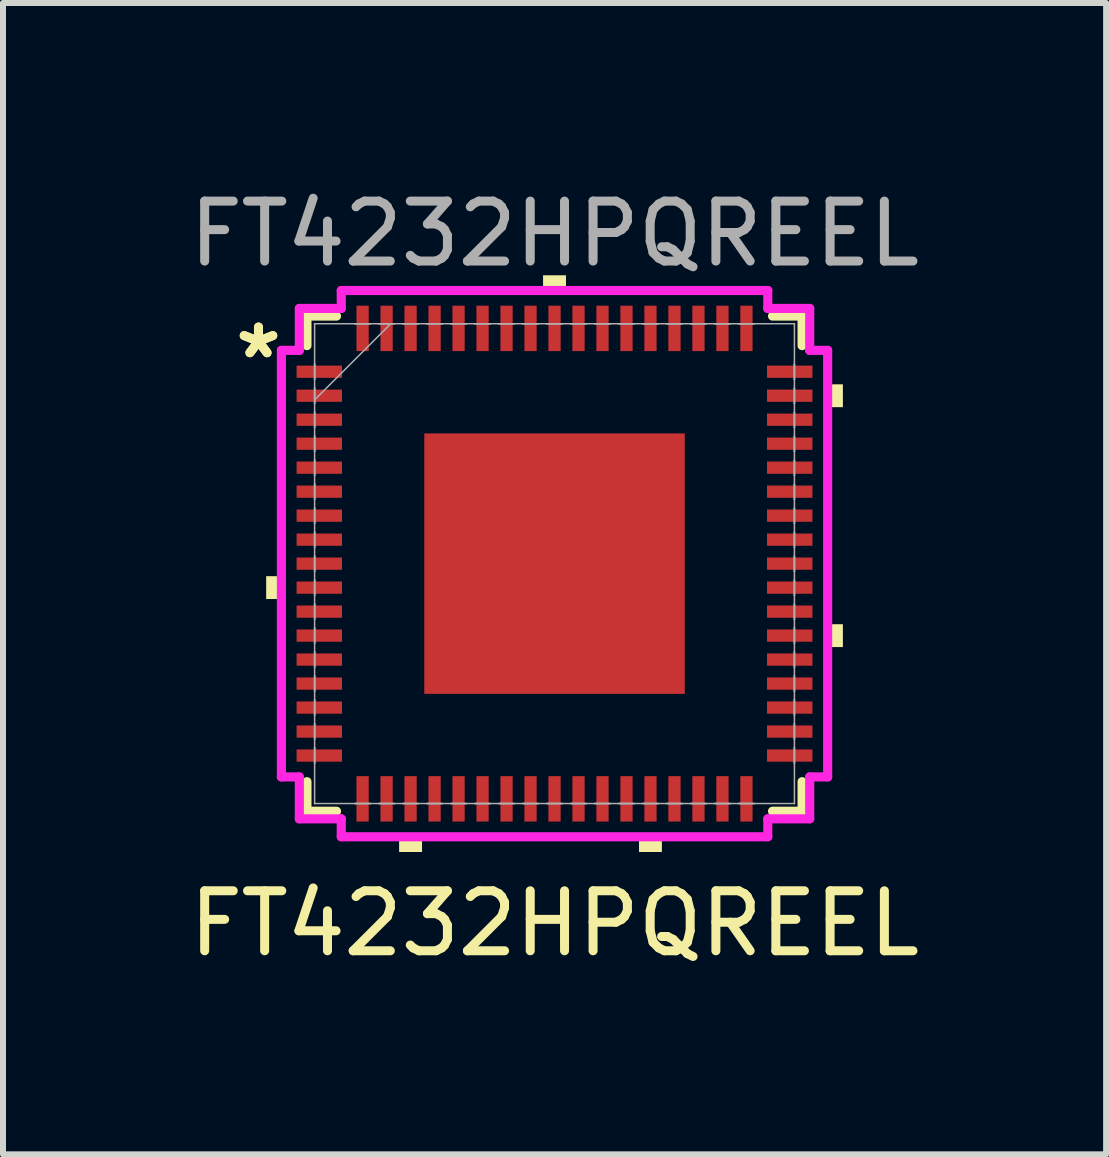
<source format=kicad_pcb>
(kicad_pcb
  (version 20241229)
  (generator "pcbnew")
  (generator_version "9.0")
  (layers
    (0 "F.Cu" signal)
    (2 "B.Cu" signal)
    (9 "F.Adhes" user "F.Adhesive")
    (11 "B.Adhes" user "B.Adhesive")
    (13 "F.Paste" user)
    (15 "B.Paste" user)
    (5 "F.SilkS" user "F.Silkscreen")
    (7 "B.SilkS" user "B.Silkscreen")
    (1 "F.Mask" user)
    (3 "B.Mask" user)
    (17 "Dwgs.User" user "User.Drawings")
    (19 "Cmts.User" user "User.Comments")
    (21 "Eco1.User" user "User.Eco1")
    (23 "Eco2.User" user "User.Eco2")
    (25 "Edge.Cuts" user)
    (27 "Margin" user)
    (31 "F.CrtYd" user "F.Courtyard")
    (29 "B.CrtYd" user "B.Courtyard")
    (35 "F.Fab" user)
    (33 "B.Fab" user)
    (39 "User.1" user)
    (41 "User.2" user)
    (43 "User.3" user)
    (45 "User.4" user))
  (footprint "FT4232HPQREEL"
    (layer "F.Cu")
    (at 6.196 6.348)
    (property "Reference" "FT4232HPQREEL" (at 0 6 0) (unlocked yes) (layer "F.SilkS") (effects (font (size 1 1) (thickness 0.15))))
    (attr smd)
    (fp_line (start -4.128 -4.128) (end -4.128 -3.635) (stroke (width 0.152) (type solid)) (layer "F.SilkS"))
    (fp_line (start -4.128 3.635) (end -4.128 4.128) (stroke (width 0.152) (type solid)) (layer "F.SilkS"))
    (fp_line (start -4.128 4.128) (end -3.635 4.128) (stroke (width 0.152) (type solid)) (layer "F.SilkS"))
    (fp_line (start -3.635 -4.128) (end -4.128 -4.128) (stroke (width 0.152) (type solid)) (layer "F.SilkS"))
    (fp_line (start 3.635 4.128) (end 4.128 4.128) (stroke (width 0.152) (type solid)) (layer "F.SilkS"))
    (fp_line (start 4.128 -4.128) (end 3.635 -4.128) (stroke (width 0.152) (type solid)) (layer "F.SilkS"))
    (fp_line (start 4.128 -3.635) (end 4.128 -4.128) (stroke (width 0.152) (type solid)) (layer "F.SilkS"))
    (fp_line (start 4.128 4.128) (end 4.128 3.635) (stroke (width 0.152) (type solid)) (layer "F.SilkS"))
    (fp_poly (pts (xy -4.808 0.209) (xy -4.808 0.59) (xy -4.554 0.59) (xy -4.554 0.209)) (stroke (width 0) (type solid)) (fill yes) (layer "F.SilkS"))
    (fp_poly (pts (xy -2.591 4.554) (xy -2.591 4.808) (xy -2.209 4.808) (xy -2.209 4.554)) (stroke (width 0) (type solid)) (fill yes) (layer "F.SilkS"))
    (fp_poly (pts (xy -0.191 -4.554) (xy -0.191 -4.808) (xy 0.191 -4.808) (xy 0.191 -4.554)) (stroke (width 0) (type solid)) (fill yes) (layer "F.SilkS"))
    (fp_poly (pts (xy 1.409 4.554) (xy 1.409 4.808) (xy 1.79 4.808) (xy 1.79 4.554)) (stroke (width 0) (type solid)) (fill yes) (layer "F.SilkS"))
    (fp_poly (pts (xy 4.808 -2.99) (xy 4.808 -2.609) (xy 4.554 -2.609) (xy 4.554 -2.99)) (stroke (width 0) (type solid)) (fill yes) (layer "F.SilkS"))
    (fp_poly (pts (xy 4.808 1.01) (xy 4.808 1.391) (xy 4.554 1.391) (xy 4.554 1.01)) (stroke (width 0) (type solid)) (fill yes) (layer "F.SilkS"))
    (fp_poly (pts (xy -2.072 -2.072) (xy -2.072 -0.824) (xy -0.824 -0.824) (xy -0.824 -2.072)) (stroke (width 0) (type solid)) (fill yes) (layer "F.Paste"))
    (fp_poly (pts (xy -2.072 -0.624) (xy -2.072 0.624) (xy -0.824 0.624) (xy -0.824 -0.624)) (stroke (width 0) (type solid)) (fill yes) (layer "F.Paste"))
    (fp_poly (pts (xy -2.072 0.824) (xy -2.072 2.072) (xy -0.824 2.072) (xy -0.824 0.824)) (stroke (width 0) (type solid)) (fill yes) (layer "F.Paste"))
    (fp_poly (pts (xy -0.624 -2.072) (xy -0.624 -0.824) (xy 0.624 -0.824) (xy 0.624 -2.072)) (stroke (width 0) (type solid)) (fill yes) (layer "F.Paste"))
    (fp_poly (pts (xy -0.624 -0.624) (xy -0.624 0.624) (xy 0.624 0.624) (xy 0.624 -0.624)) (stroke (width 0) (type solid)) (fill yes) (layer "F.Paste"))
    (fp_poly (pts (xy -0.624 0.824) (xy -0.624 2.072) (xy 0.624 2.072) (xy 0.624 0.824)) (stroke (width 0) (type solid)) (fill yes) (layer "F.Paste"))
    (fp_poly (pts (xy 0.824 -2.072) (xy 0.824 -0.824) (xy 2.072 -0.824) (xy 2.072 -2.072)) (stroke (width 0) (type solid)) (fill yes) (layer "F.Paste"))
    (fp_poly (pts (xy 0.824 -0.624) (xy 0.824 0.624) (xy 2.072 0.624) (xy 2.072 -0.624)) (stroke (width 0) (type solid)) (fill yes) (layer "F.Paste"))
    (fp_poly (pts (xy 0.824 0.824) (xy 0.824 2.072) (xy 2.072 2.072) (xy 2.072 0.824)) (stroke (width 0) (type solid)) (fill yes) (layer "F.Paste"))
    (fp_line (start -4.554 -3.556) (end -4.255 -3.556) (stroke (width 0.152) (type solid)) (layer "F.CrtYd"))
    (fp_line (start -4.554 3.556) (end -4.554 -3.556) (stroke (width 0.152) (type solid)) (layer "F.CrtYd"))
    (fp_line (start -4.255 -4.255) (end -3.556 -4.255) (stroke (width 0.152) (type solid)) (layer "F.CrtYd"))
    (fp_line (start -4.255 -3.556) (end -4.255 -4.255) (stroke (width 0.152) (type solid)) (layer "F.CrtYd"))
    (fp_line (start -4.255 3.556) (end -4.554 3.556) (stroke (width 0.152) (type solid)) (layer "F.CrtYd"))
    (fp_line (start -4.255 4.255) (end -4.255 3.556) (stroke (width 0.152) (type solid)) (layer "F.CrtYd"))
    (fp_line (start -3.556 -4.554) (end 3.556 -4.554) (stroke (width 0.152) (type solid)) (layer "F.CrtYd"))
    (fp_line (start -3.556 -4.255) (end -3.556 -4.554) (stroke (width 0.152) (type solid)) (layer "F.CrtYd"))
    (fp_line (start -3.556 4.255) (end -4.255 4.255) (stroke (width 0.152) (type solid)) (layer "F.CrtYd"))
    (fp_line (start -3.556 4.554) (end -3.556 4.255) (stroke (width 0.152) (type solid)) (layer "F.CrtYd"))
    (fp_line (start 3.556 -4.554) (end 3.556 -4.255) (stroke (width 0.152) (type solid)) (layer "F.CrtYd"))
    (fp_line (start 3.556 -4.255) (end 4.255 -4.255) (stroke (width 0.152) (type solid)) (layer "F.CrtYd"))
    (fp_line (start 3.556 4.255) (end 3.556 4.554) (stroke (width 0.152) (type solid)) (layer "F.CrtYd"))
    (fp_line (start 3.556 4.554) (end -3.556 4.554) (stroke (width 0.152) (type solid)) (layer "F.CrtYd"))
    (fp_line (start 4.255 -4.255) (end 4.255 -3.556) (stroke (width 0.152) (type solid)) (layer "F.CrtYd"))
    (fp_line (start 4.255 -3.556) (end 4.554 -3.556) (stroke (width 0.152) (type solid)) (layer "F.CrtYd"))
    (fp_line (start 4.255 3.556) (end 4.255 4.255) (stroke (width 0.152) (type solid)) (layer "F.CrtYd"))
    (fp_line (start 4.255 4.255) (end 3.556 4.255) (stroke (width 0.152) (type solid)) (layer "F.CrtYd"))
    (fp_line (start 4.554 -3.556) (end 4.554 3.556) (stroke (width 0.152) (type solid)) (layer "F.CrtYd"))
    (fp_line (start 4.554 3.556) (end 4.255 3.556) (stroke (width 0.152) (type solid)) (layer "F.CrtYd"))
    (fp_line (start -4 -4) (end -4 -4) (stroke (width 0.025) (type solid)) (layer "F.Fab"))
    (fp_line (start -4 -4) (end -4 4) (stroke (width 0.025) (type solid)) (layer "F.Fab"))
    (fp_line (start -4 -3.327) (end -4 -3.327) (stroke (width 0.025) (type solid)) (layer "F.Fab"))
    (fp_line (start -4 -3.327) (end -4 -3.073) (stroke (width 0.025) (type solid)) (layer "F.Fab"))
    (fp_line (start -4 -3.073) (end -4 -3.327) (stroke (width 0.025) (type solid)) (layer "F.Fab"))
    (fp_line (start -4 -3.073) (end -4 -3.073) (stroke (width 0.025) (type solid)) (layer "F.Fab"))
    (fp_line (start -4 -2.927) (end -4 -2.927) (stroke (width 0.025) (type solid)) (layer "F.Fab"))
    (fp_line (start -4 -2.927) (end -4 -2.673) (stroke (width 0.025) (type solid)) (layer "F.Fab"))
    (fp_line (start -4 -2.731) (end -2.731 -4) (stroke (width 0.025) (type solid)) (layer "F.Fab"))
    (fp_line (start -4 -2.673) (end -4 -2.927) (stroke (width 0.025) (type solid)) (layer "F.Fab"))
    (fp_line (start -4 -2.673) (end -4 -2.673) (stroke (width 0.025) (type solid)) (layer "F.Fab"))
    (fp_line (start -4 -2.527) (end -4 -2.527) (stroke (width 0.025) (type solid)) (layer "F.Fab"))
    (fp_line (start -4 -2.527) (end -4 -2.273) (stroke (width 0.025) (type solid)) (layer "F.Fab"))
    (fp_line (start -4 -2.273) (end -4 -2.527) (stroke (width 0.025) (type solid)) (layer "F.Fab"))
    (fp_line (start -4 -2.273) (end -4 -2.273) (stroke (width 0.025) (type solid)) (layer "F.Fab"))
    (fp_line (start -4 -2.127) (end -4 -2.127) (stroke (width 0.025) (type solid)) (layer "F.Fab"))
    (fp_line (start -4 -2.127) (end -4 -1.873) (stroke (width 0.025) (type solid)) (layer "F.Fab"))
    (fp_line (start -4 -1.873) (end -4 -2.127) (stroke (width 0.025) (type solid)) (layer "F.Fab"))
    (fp_line (start -4 -1.873) (end -4 -1.873) (stroke (width 0.025) (type solid)) (layer "F.Fab"))
    (fp_line (start -4 -1.727) (end -4 -1.727) (stroke (width 0.025) (type solid)) (layer "F.Fab"))
    (fp_line (start -4 -1.727) (end -4 -1.473) (stroke (width 0.025) (type solid)) (layer "F.Fab"))
    (fp_line (start -4 -1.473) (end -4 -1.727) (stroke (width 0.025) (type solid)) (layer "F.Fab"))
    (fp_line (start -4 -1.473) (end -4 -1.473) (stroke (width 0.025) (type solid)) (layer "F.Fab"))
    (fp_line (start -4 -1.327) (end -4 -1.327) (stroke (width 0.025) (type solid)) (layer "F.Fab"))
    (fp_line (start -4 -1.327) (end -4 -1.073) (stroke (width 0.025) (type solid)) (layer "F.Fab"))
    (fp_line (start -4 -1.073) (end -4 -1.327) (stroke (width 0.025) (type solid)) (layer "F.Fab"))
    (fp_line (start -4 -1.073) (end -4 -1.073) (stroke (width 0.025) (type solid)) (layer "F.Fab"))
    (fp_line (start -4 -0.927) (end -4 -0.927) (stroke (width 0.025) (type solid)) (layer "F.Fab"))
    (fp_line (start -4 -0.927) (end -4 -0.673) (stroke (width 0.025) (type solid)) (layer "F.Fab"))
    (fp_line (start -4 -0.673) (end -4 -0.927) (stroke (width 0.025) (type solid)) (layer "F.Fab"))
    (fp_line (start -4 -0.673) (end -4 -0.673) (stroke (width 0.025) (type solid)) (layer "F.Fab"))
    (fp_line (start -4 -0.527) (end -4 -0.527) (stroke (width 0.025) (type solid)) (layer "F.Fab"))
    (fp_line (start -4 -0.527) (end -4 -0.273) (stroke (width 0.025) (type solid)) (layer "F.Fab"))
    (fp_line (start -4 -0.273) (end -4 -0.527) (stroke (width 0.025) (type solid)) (layer "F.Fab"))
    (fp_line (start -4 -0.273) (end -4 -0.273) (stroke (width 0.025) (type solid)) (layer "F.Fab"))
    (fp_line (start -4 -0.127) (end -4 -0.127) (stroke (width 0.025) (type solid)) (layer "F.Fab"))
    (fp_line (start -4 -0.127) (end -4 0.127) (stroke (width 0.025) (type solid)) (layer "F.Fab"))
    (fp_line (start -4 0.127) (end -4 -0.127) (stroke (width 0.025) (type solid)) (layer "F.Fab"))
    (fp_line (start -4 0.127) (end -4 0.127) (stroke (width 0.025) (type solid)) (layer "F.Fab"))
    (fp_line (start -4 0.273) (end -4 0.273) (stroke (width 0.025) (type solid)) (layer "F.Fab"))
    (fp_line (start -4 0.273) (end -4 0.527) (stroke (width 0.025) (type solid)) (layer "F.Fab"))
    (fp_line (start -4 0.527) (end -4 0.273) (stroke (width 0.025) (type solid)) (layer "F.Fab"))
    (fp_line (start -4 0.527) (end -4 0.527) (stroke (width 0.025) (type solid)) (layer "F.Fab"))
    (fp_line (start -4 0.673) (end -4 0.673) (stroke (width 0.025) (type solid)) (layer "F.Fab"))
    (fp_line (start -4 0.673) (end -4 0.927) (stroke (width 0.025) (type solid)) (layer "F.Fab"))
    (fp_line (start -4 0.927) (end -4 0.673) (stroke (width 0.025) (type solid)) (layer "F.Fab"))
    (fp_line (start -4 0.927) (end -4 0.927) (stroke (width 0.025) (type solid)) (layer "F.Fab"))
    (fp_line (start -4 1.073) (end -4 1.073) (stroke (width 0.025) (type solid)) (layer "F.Fab"))
    (fp_line (start -4 1.073) (end -4 1.327) (stroke (width 0.025) (type solid)) (layer "F.Fab"))
    (fp_line (start -4 1.327) (end -4 1.073) (stroke (width 0.025) (type solid)) (layer "F.Fab"))
    (fp_line (start -4 1.327) (end -4 1.327) (stroke (width 0.025) (type solid)) (layer "F.Fab"))
    (fp_line (start -4 1.473) (end -4 1.473) (stroke (width 0.025) (type solid)) (layer "F.Fab"))
    (fp_line (start -4 1.473) (end -4 1.727) (stroke (width 0.025) (type solid)) (layer "F.Fab"))
    (fp_line (start -4 1.727) (end -4 1.473) (stroke (width 0.025) (type solid)) (layer "F.Fab"))
    (fp_line (start -4 1.727) (end -4 1.727) (stroke (width 0.025) (type solid)) (layer "F.Fab"))
    (fp_line (start -4 1.873) (end -4 1.873) (stroke (width 0.025) (type solid)) (layer "F.Fab"))
    (fp_line (start -4 1.873) (end -4 2.127) (stroke (width 0.025) (type solid)) (layer "F.Fab"))
    (fp_line (start -4 2.127) (end -4 1.873) (stroke (width 0.025) (type solid)) (layer "F.Fab"))
    (fp_line (start -4 2.127) (end -4 2.127) (stroke (width 0.025) (type solid)) (layer "F.Fab"))
    (fp_line (start -4 2.273) (end -4 2.273) (stroke (width 0.025) (type solid)) (layer "F.Fab"))
    (fp_line (start -4 2.273) (end -4 2.527) (stroke (width 0.025) (type solid)) (layer "F.Fab"))
    (fp_line (start -4 2.527) (end -4 2.273) (stroke (width 0.025) (type solid)) (layer "F.Fab"))
    (fp_line (start -4 2.527) (end -4 2.527) (stroke (width 0.025) (type solid)) (layer "F.Fab"))
    (fp_line (start -4 2.673) (end -4 2.673) (stroke (width 0.025) (type solid)) (layer "F.Fab"))
    (fp_line (start -4 2.673) (end -4 2.927) (stroke (width 0.025) (type solid)) (layer "F.Fab"))
    (fp_line (start -4 2.927) (end -4 2.673) (stroke (width 0.025) (type solid)) (layer "F.Fab"))
    (fp_line (start -4 2.927) (end -4 2.927) (stroke (width 0.025) (type solid)) (layer "F.Fab"))
    (fp_line (start -4 3.073) (end -4 3.073) (stroke (width 0.025) (type solid)) (layer "F.Fab"))
    (fp_line (start -4 3.073) (end -4 3.327) (stroke (width 0.025) (type solid)) (layer "F.Fab"))
    (fp_line (start -4 3.327) (end -4 3.073) (stroke (width 0.025) (type solid)) (layer "F.Fab"))
    (fp_line (start -4 3.327) (end -4 3.327) (stroke (width 0.025) (type solid)) (layer "F.Fab"))
    (fp_line (start -4 4) (end -4 4) (stroke (width 0.025) (type solid)) (layer "F.Fab"))
    (fp_line (start -4 4) (end 4 4) (stroke (width 0.025) (type solid)) (layer "F.Fab"))
    (fp_line (start -3.327 -4) (end -3.327 -4) (stroke (width 0.025) (type solid)) (layer "F.Fab"))
    (fp_line (start -3.327 -4) (end -3.073 -4) (stroke (width 0.025) (type solid)) (layer "F.Fab"))
    (fp_line (start -3.327 4) (end -3.327 4) (stroke (width 0.025) (type solid)) (layer "F.Fab"))
    (fp_line (start -3.327 4) (end -3.073 4) (stroke (width 0.025) (type solid)) (layer "F.Fab"))
    (fp_line (start -3.073 -4) (end -3.327 -4) (stroke (width 0.025) (type solid)) (layer "F.Fab"))
    (fp_line (start -3.073 -4) (end -3.073 -4) (stroke (width 0.025) (type solid)) (layer "F.Fab"))
    (fp_line (start -3.073 4) (end -3.327 4) (stroke (width 0.025) (type solid)) (layer "F.Fab"))
    (fp_line (start -3.073 4) (end -3.073 4) (stroke (width 0.025) (type solid)) (layer "F.Fab"))
    (fp_line (start -2.927 -4) (end -2.927 -4) (stroke (width 0.025) (type solid)) (layer "F.Fab"))
    (fp_line (start -2.927 -4) (end -2.673 -4) (stroke (width 0.025) (type solid)) (layer "F.Fab"))
    (fp_line (start -2.927 4) (end -2.927 4) (stroke (width 0.025) (type solid)) (layer "F.Fab"))
    (fp_line (start -2.927 4) (end -2.673 4) (stroke (width 0.025) (type solid)) (layer "F.Fab"))
    (fp_line (start -2.673 -4) (end -2.927 -4) (stroke (width 0.025) (type solid)) (layer "F.Fab"))
    (fp_line (start -2.673 -4) (end -2.673 -4) (stroke (width 0.025) (type solid)) (layer "F.Fab"))
    (fp_line (start -2.673 4) (end -2.927 4) (stroke (width 0.025) (type solid)) (layer "F.Fab"))
    (fp_line (start -2.673 4) (end -2.673 4) (stroke (width 0.025) (type solid)) (layer "F.Fab"))
    (fp_line (start -2.527 -4) (end -2.527 -4) (stroke (width 0.025) (type solid)) (layer "F.Fab"))
    (fp_line (start -2.527 -4) (end -2.273 -4) (stroke (width 0.025) (type solid)) (layer "F.Fab"))
    (fp_line (start -2.527 4) (end -2.527 4) (stroke (width 0.025) (type solid)) (layer "F.Fab"))
    (fp_line (start -2.527 4) (end -2.273 4) (stroke (width 0.025) (type solid)) (layer "F.Fab"))
    (fp_line (start -2.273 -4) (end -2.527 -4) (stroke (width 0.025) (type solid)) (layer "F.Fab"))
    (fp_line (start -2.273 -4) (end -2.273 -4) (stroke (width 0.025) (type solid)) (layer "F.Fab"))
    (fp_line (start -2.273 4) (end -2.527 4) (stroke (width 0.025) (type solid)) (layer "F.Fab"))
    (fp_line (start -2.273 4) (end -2.273 4) (stroke (width 0.025) (type solid)) (layer "F.Fab"))
    (fp_line (start -2.127 -4) (end -2.127 -4) (stroke (width 0.025) (type solid)) (layer "F.Fab"))
    (fp_line (start -2.127 -4) (end -1.873 -4) (stroke (width 0.025) (type solid)) (layer "F.Fab"))
    (fp_line (start -2.127 4) (end -2.127 4) (stroke (width 0.025) (type solid)) (layer "F.Fab"))
    (fp_line (start -2.127 4) (end -1.873 4) (stroke (width 0.025) (type solid)) (layer "F.Fab"))
    (fp_line (start -1.873 -4) (end -2.127 -4) (stroke (width 0.025) (type solid)) (layer "F.Fab"))
    (fp_line (start -1.873 -4) (end -1.873 -4) (stroke (width 0.025) (type solid)) (layer "F.Fab"))
    (fp_line (start -1.873 4) (end -2.127 4) (stroke (width 0.025) (type solid)) (layer "F.Fab"))
    (fp_line (start -1.873 4) (end -1.873 4) (stroke (width 0.025) (type solid)) (layer "F.Fab"))
    (fp_line (start -1.727 -4) (end -1.727 -4) (stroke (width 0.025) (type solid)) (layer "F.Fab"))
    (fp_line (start -1.727 -4) (end -1.473 -4) (stroke (width 0.025) (type solid)) (layer "F.Fab"))
    (fp_line (start -1.727 4) (end -1.727 4) (stroke (width 0.025) (type solid)) (layer "F.Fab"))
    (fp_line (start -1.727 4) (end -1.473 4) (stroke (width 0.025) (type solid)) (layer "F.Fab"))
    (fp_line (start -1.473 -4) (end -1.727 -4) (stroke (width 0.025) (type solid)) (layer "F.Fab"))
    (fp_line (start -1.473 -4) (end -1.473 -4) (stroke (width 0.025) (type solid)) (layer "F.Fab"))
    (fp_line (start -1.473 4) (end -1.727 4) (stroke (width 0.025) (type solid)) (layer "F.Fab"))
    (fp_line (start -1.473 4) (end -1.473 4) (stroke (width 0.025) (type solid)) (layer "F.Fab"))
    (fp_line (start -1.327 -4) (end -1.327 -4) (stroke (width 0.025) (type solid)) (layer "F.Fab"))
    (fp_line (start -1.327 -4) (end -1.073 -4) (stroke (width 0.025) (type solid)) (layer "F.Fab"))
    (fp_line (start -1.327 4) (end -1.327 4) (stroke (width 0.025) (type solid)) (layer "F.Fab"))
    (fp_line (start -1.327 4) (end -1.073 4) (stroke (width 0.025) (type solid)) (layer "F.Fab"))
    (fp_line (start -1.073 -4) (end -1.327 -4) (stroke (width 0.025) (type solid)) (layer "F.Fab"))
    (fp_line (start -1.073 -4) (end -1.073 -4) (stroke (width 0.025) (type solid)) (layer "F.Fab"))
    (fp_line (start -1.073 4) (end -1.327 4) (stroke (width 0.025) (type solid)) (layer "F.Fab"))
    (fp_line (start -1.073 4) (end -1.073 4) (stroke (width 0.025) (type solid)) (layer "F.Fab"))
    (fp_line (start -0.927 -4) (end -0.927 -4) (stroke (width 0.025) (type solid)) (layer "F.Fab"))
    (fp_line (start -0.927 -4) (end -0.673 -4) (stroke (width 0.025) (type solid)) (layer "F.Fab"))
    (fp_line (start -0.927 4) (end -0.927 4) (stroke (width 0.025) (type solid)) (layer "F.Fab"))
    (fp_line (start -0.927 4) (end -0.673 4) (stroke (width 0.025) (type solid)) (layer "F.Fab"))
    (fp_line (start -0.673 -4) (end -0.927 -4) (stroke (width 0.025) (type solid)) (layer "F.Fab"))
    (fp_line (start -0.673 -4) (end -0.673 -4) (stroke (width 0.025) (type solid)) (layer "F.Fab"))
    (fp_line (start -0.673 4) (end -0.927 4) (stroke (width 0.025) (type solid)) (layer "F.Fab"))
    (fp_line (start -0.673 4) (end -0.673 4) (stroke (width 0.025) (type solid)) (layer "F.Fab"))
    (fp_line (start -0.527 -4) (end -0.527 -4) (stroke (width 0.025) (type solid)) (layer "F.Fab"))
    (fp_line (start -0.527 -4) (end -0.273 -4) (stroke (width 0.025) (type solid)) (layer "F.Fab"))
    (fp_line (start -0.527 4) (end -0.527 4) (stroke (width 0.025) (type solid)) (layer "F.Fab"))
    (fp_line (start -0.527 4) (end -0.273 4) (stroke (width 0.025) (type solid)) (layer "F.Fab"))
    (fp_line (start -0.273 -4) (end -0.527 -4) (stroke (width 0.025) (type solid)) (layer "F.Fab"))
    (fp_line (start -0.273 -4) (end -0.273 -4) (stroke (width 0.025) (type solid)) (layer "F.Fab"))
    (fp_line (start -0.273 4) (end -0.527 4) (stroke (width 0.025) (type solid)) (layer "F.Fab"))
    (fp_line (start -0.273 4) (end -0.273 4) (stroke (width 0.025) (type solid)) (layer "F.Fab"))
    (fp_line (start -0.127 -4) (end -0.127 -4) (stroke (width 0.025) (type solid)) (layer "F.Fab"))
    (fp_line (start -0.127 -4) (end 0.127 -4) (stroke (width 0.025) (type solid)) (layer "F.Fab"))
    (fp_line (start -0.127 4) (end -0.127 4) (stroke (width 0.025) (type solid)) (layer "F.Fab"))
    (fp_line (start -0.127 4) (end 0.127 4) (stroke (width 0.025) (type solid)) (layer "F.Fab"))
    (fp_line (start 0.127 -4) (end -0.127 -4) (stroke (width 0.025) (type solid)) (layer "F.Fab"))
    (fp_line (start 0.127 -4) (end 0.127 -4) (stroke (width 0.025) (type solid)) (layer "F.Fab"))
    (fp_line (start 0.127 4) (end -0.127 4) (stroke (width 0.025) (type solid)) (layer "F.Fab"))
    (fp_line (start 0.127 4) (end 0.127 4) (stroke (width 0.025) (type solid)) (layer "F.Fab"))
    (fp_line (start 0.273 -4) (end 0.273 -4) (stroke (width 0.025) (type solid)) (layer "F.Fab"))
    (fp_line (start 0.273 -4) (end 0.527 -4) (stroke (width 0.025) (type solid)) (layer "F.Fab"))
    (fp_line (start 0.273 4) (end 0.273 4) (stroke (width 0.025) (type solid)) (layer "F.Fab"))
    (fp_line (start 0.273 4) (end 0.527 4) (stroke (width 0.025) (type solid)) (layer "F.Fab"))
    (fp_line (start 0.527 -4) (end 0.273 -4) (stroke (width 0.025) (type solid)) (layer "F.Fab"))
    (fp_line (start 0.527 -4) (end 0.527 -4) (stroke (width 0.025) (type solid)) (layer "F.Fab"))
    (fp_line (start 0.527 4) (end 0.273 4) (stroke (width 0.025) (type solid)) (layer "F.Fab"))
    (fp_line (start 0.527 4) (end 0.527 4) (stroke (width 0.025) (type solid)) (layer "F.Fab"))
    (fp_line (start 0.673 -4) (end 0.673 -4) (stroke (width 0.025) (type solid)) (layer "F.Fab"))
    (fp_line (start 0.673 -4) (end 0.927 -4) (stroke (width 0.025) (type solid)) (layer "F.Fab"))
    (fp_line (start 0.673 4) (end 0.673 4) (stroke (width 0.025) (type solid)) (layer "F.Fab"))
    (fp_line (start 0.673 4) (end 0.927 4) (stroke (width 0.025) (type solid)) (layer "F.Fab"))
    (fp_line (start 0.927 -4) (end 0.673 -4) (stroke (width 0.025) (type solid)) (layer "F.Fab"))
    (fp_line (start 0.927 -4) (end 0.927 -4) (stroke (width 0.025) (type solid)) (layer "F.Fab"))
    (fp_line (start 0.927 4) (end 0.673 4) (stroke (width 0.025) (type solid)) (layer "F.Fab"))
    (fp_line (start 0.927 4) (end 0.927 4) (stroke (width 0.025) (type solid)) (layer "F.Fab"))
    (fp_line (start 1.073 -4) (end 1.073 -4) (stroke (width 0.025) (type solid)) (layer "F.Fab"))
    (fp_line (start 1.073 -4) (end 1.327 -4) (stroke (width 0.025) (type solid)) (layer "F.Fab"))
    (fp_line (start 1.073 4) (end 1.073 4) (stroke (width 0.025) (type solid)) (layer "F.Fab"))
    (fp_line (start 1.073 4) (end 1.327 4) (stroke (width 0.025) (type solid)) (layer "F.Fab"))
    (fp_line (start 1.327 -4) (end 1.073 -4) (stroke (width 0.025) (type solid)) (layer "F.Fab"))
    (fp_line (start 1.327 -4) (end 1.327 -4) (stroke (width 0.025) (type solid)) (layer "F.Fab"))
    (fp_line (start 1.327 4) (end 1.073 4) (stroke (width 0.025) (type solid)) (layer "F.Fab"))
    (fp_line (start 1.327 4) (end 1.327 4) (stroke (width 0.025) (type solid)) (layer "F.Fab"))
    (fp_line (start 1.473 -4) (end 1.473 -4) (stroke (width 0.025) (type solid)) (layer "F.Fab"))
    (fp_line (start 1.473 -4) (end 1.727 -4) (stroke (width 0.025) (type solid)) (layer "F.Fab"))
    (fp_line (start 1.473 4) (end 1.473 4) (stroke (width 0.025) (type solid)) (layer "F.Fab"))
    (fp_line (start 1.473 4) (end 1.727 4) (stroke (width 0.025) (type solid)) (layer "F.Fab"))
    (fp_line (start 1.727 -4) (end 1.473 -4) (stroke (width 0.025) (type solid)) (layer "F.Fab"))
    (fp_line (start 1.727 -4) (end 1.727 -4) (stroke (width 0.025) (type solid)) (layer "F.Fab"))
    (fp_line (start 1.727 4) (end 1.473 4) (stroke (width 0.025) (type solid)) (layer "F.Fab"))
    (fp_line (start 1.727 4) (end 1.727 4) (stroke (width 0.025) (type solid)) (layer "F.Fab"))
    (fp_line (start 1.873 -4) (end 1.873 -4) (stroke (width 0.025) (type solid)) (layer "F.Fab"))
    (fp_line (start 1.873 -4) (end 2.127 -4) (stroke (width 0.025) (type solid)) (layer "F.Fab"))
    (fp_line (start 1.873 4) (end 1.873 4) (stroke (width 0.025) (type solid)) (layer "F.Fab"))
    (fp_line (start 1.873 4) (end 2.127 4) (stroke (width 0.025) (type solid)) (layer "F.Fab"))
    (fp_line (start 2.127 -4) (end 1.873 -4) (stroke (width 0.025) (type solid)) (layer "F.Fab"))
    (fp_line (start 2.127 -4) (end 2.127 -4) (stroke (width 0.025) (type solid)) (layer "F.Fab"))
    (fp_line (start 2.127 4) (end 1.873 4) (stroke (width 0.025) (type solid)) (layer "F.Fab"))
    (fp_line (start 2.127 4) (end 2.127 4) (stroke (width 0.025) (type solid)) (layer "F.Fab"))
    (fp_line (start 2.273 -4) (end 2.273 -4) (stroke (width 0.025) (type solid)) (layer "F.Fab"))
    (fp_line (start 2.273 -4) (end 2.527 -4) (stroke (width 0.025) (type solid)) (layer "F.Fab"))
    (fp_line (start 2.273 4) (end 2.273 4) (stroke (width 0.025) (type solid)) (layer "F.Fab"))
    (fp_line (start 2.273 4) (end 2.527 4) (stroke (width 0.025) (type solid)) (layer "F.Fab"))
    (fp_line (start 2.527 -4) (end 2.273 -4) (stroke (width 0.025) (type solid)) (layer "F.Fab"))
    (fp_line (start 2.527 -4) (end 2.527 -4) (stroke (width 0.025) (type solid)) (layer "F.Fab"))
    (fp_line (start 2.527 4) (end 2.273 4) (stroke (width 0.025) (type solid)) (layer "F.Fab"))
    (fp_line (start 2.527 4) (end 2.527 4) (stroke (width 0.025) (type solid)) (layer "F.Fab"))
    (fp_line (start 2.673 -4) (end 2.673 -4) (stroke (width 0.025) (type solid)) (layer "F.Fab"))
    (fp_line (start 2.673 -4) (end 2.927 -4) (stroke (width 0.025) (type solid)) (layer "F.Fab"))
    (fp_line (start 2.673 4) (end 2.673 4) (stroke (width 0.025) (type solid)) (layer "F.Fab"))
    (fp_line (start 2.673 4) (end 2.927 4) (stroke (width 0.025) (type solid)) (layer "F.Fab"))
    (fp_line (start 2.927 -4) (end 2.673 -4) (stroke (width 0.025) (type solid)) (layer "F.Fab"))
    (fp_line (start 2.927 -4) (end 2.927 -4) (stroke (width 0.025) (type solid)) (layer "F.Fab"))
    (fp_line (start 2.927 4) (end 2.673 4) (stroke (width 0.025) (type solid)) (layer "F.Fab"))
    (fp_line (start 2.927 4) (end 2.927 4) (stroke (width 0.025) (type solid)) (layer "F.Fab"))
    (fp_line (start 3.073 -4) (end 3.073 -4) (stroke (width 0.025) (type solid)) (layer "F.Fab"))
    (fp_line (start 3.073 -4) (end 3.327 -4) (stroke (width 0.025) (type solid)) (layer "F.Fab"))
    (fp_line (start 3.073 4) (end 3.073 4) (stroke (width 0.025) (type solid)) (layer "F.Fab"))
    (fp_line (start 3.073 4) (end 3.327 4) (stroke (width 0.025) (type solid)) (layer "F.Fab"))
    (fp_line (start 3.327 -4) (end 3.073 -4) (stroke (width 0.025) (type solid)) (layer "F.Fab"))
    (fp_line (start 3.327 -4) (end 3.327 -4) (stroke (width 0.025) (type solid)) (layer "F.Fab"))
    (fp_line (start 3.327 4) (end 3.073 4) (stroke (width 0.025) (type solid)) (layer "F.Fab"))
    (fp_line (start 3.327 4) (end 3.327 4) (stroke (width 0.025) (type solid)) (layer "F.Fab"))
    (fp_line (start 4 -4) (end -4 -4) (stroke (width 0.025) (type solid)) (layer "F.Fab"))
    (fp_line (start 4 -4) (end 4 -4) (stroke (width 0.025) (type solid)) (layer "F.Fab"))
    (fp_line (start 4 -3.327) (end 4 -3.327) (stroke (width 0.025) (type solid)) (layer "F.Fab"))
    (fp_line (start 4 -3.327) (end 4 -3.073) (stroke (width 0.025) (type solid)) (layer "F.Fab"))
    (fp_line (start 4 -3.073) (end 4 -3.327) (stroke (width 0.025) (type solid)) (layer "F.Fab"))
    (fp_line (start 4 -3.073) (end 4 -3.073) (stroke (width 0.025) (type solid)) (layer "F.Fab"))
    (fp_line (start 4 -2.927) (end 4 -2.927) (stroke (width 0.025) (type solid)) (layer "F.Fab"))
    (fp_line (start 4 -2.927) (end 4 -2.673) (stroke (width 0.025) (type solid)) (layer "F.Fab"))
    (fp_line (start 4 -2.673) (end 4 -2.927) (stroke (width 0.025) (type solid)) (layer "F.Fab"))
    (fp_line (start 4 -2.673) (end 4 -2.673) (stroke (width 0.025) (type solid)) (layer "F.Fab"))
    (fp_line (start 4 -2.527) (end 4 -2.527) (stroke (width 0.025) (type solid)) (layer "F.Fab"))
    (fp_line (start 4 -2.527) (end 4 -2.273) (stroke (width 0.025) (type solid)) (layer "F.Fab"))
    (fp_line (start 4 -2.273) (end 4 -2.527) (stroke (width 0.025) (type solid)) (layer "F.Fab"))
    (fp_line (start 4 -2.273) (end 4 -2.273) (stroke (width 0.025) (type solid)) (layer "F.Fab"))
    (fp_line (start 4 -2.127) (end 4 -2.127) (stroke (width 0.025) (type solid)) (layer "F.Fab"))
    (fp_line (start 4 -2.127) (end 4 -1.873) (stroke (width 0.025) (type solid)) (layer "F.Fab"))
    (fp_line (start 4 -1.873) (end 4 -2.127) (stroke (width 0.025) (type solid)) (layer "F.Fab"))
    (fp_line (start 4 -1.873) (end 4 -1.873) (stroke (width 0.025) (type solid)) (layer "F.Fab"))
    (fp_line (start 4 -1.727) (end 4 -1.727) (stroke (width 0.025) (type solid)) (layer "F.Fab"))
    (fp_line (start 4 -1.727) (end 4 -1.473) (stroke (width 0.025) (type solid)) (layer "F.Fab"))
    (fp_line (start 4 -1.473) (end 4 -1.727) (stroke (width 0.025) (type solid)) (layer "F.Fab"))
    (fp_line (start 4 -1.473) (end 4 -1.473) (stroke (width 0.025) (type solid)) (layer "F.Fab"))
    (fp_line (start 4 -1.327) (end 4 -1.327) (stroke (width 0.025) (type solid)) (layer "F.Fab"))
    (fp_line (start 4 -1.327) (end 4 -1.073) (stroke (width 0.025) (type solid)) (layer "F.Fab"))
    (fp_line (start 4 -1.073) (end 4 -1.327) (stroke (width 0.025) (type solid)) (layer "F.Fab"))
    (fp_line (start 4 -1.073) (end 4 -1.073) (stroke (width 0.025) (type solid)) (layer "F.Fab"))
    (fp_line (start 4 -0.927) (end 4 -0.927) (stroke (width 0.025) (type solid)) (layer "F.Fab"))
    (fp_line (start 4 -0.927) (end 4 -0.673) (stroke (width 0.025) (type solid)) (layer "F.Fab"))
    (fp_line (start 4 -0.673) (end 4 -0.927) (stroke (width 0.025) (type solid)) (layer "F.Fab"))
    (fp_line (start 4 -0.673) (end 4 -0.673) (stroke (width 0.025) (type solid)) (layer "F.Fab"))
    (fp_line (start 4 -0.527) (end 4 -0.527) (stroke (width 0.025) (type solid)) (layer "F.Fab"))
    (fp_line (start 4 -0.527) (end 4 -0.273) (stroke (width 0.025) (type solid)) (layer "F.Fab"))
    (fp_line (start 4 -0.273) (end 4 -0.527) (stroke (width 0.025) (type solid)) (layer "F.Fab"))
    (fp_line (start 4 -0.273) (end 4 -0.273) (stroke (width 0.025) (type solid)) (layer "F.Fab"))
    (fp_line (start 4 -0.127) (end 4 -0.127) (stroke (width 0.025) (type solid)) (layer "F.Fab"))
    (fp_line (start 4 -0.127) (end 4 0.127) (stroke (width 0.025) (type solid)) (layer "F.Fab"))
    (fp_line (start 4 0.127) (end 4 -0.127) (stroke (width 0.025) (type solid)) (layer "F.Fab"))
    (fp_line (start 4 0.127) (end 4 0.127) (stroke (width 0.025) (type solid)) (layer "F.Fab"))
    (fp_line (start 4 0.273) (end 4 0.273) (stroke (width 0.025) (type solid)) (layer "F.Fab"))
    (fp_line (start 4 0.273) (end 4 0.527) (stroke (width 0.025) (type solid)) (layer "F.Fab"))
    (fp_line (start 4 0.527) (end 4 0.273) (stroke (width 0.025) (type solid)) (layer "F.Fab"))
    (fp_line (start 4 0.527) (end 4 0.527) (stroke (width 0.025) (type solid)) (layer "F.Fab"))
    (fp_line (start 4 0.673) (end 4 0.673) (stroke (width 0.025) (type solid)) (layer "F.Fab"))
    (fp_line (start 4 0.673) (end 4 0.927) (stroke (width 0.025) (type solid)) (layer "F.Fab"))
    (fp_line (start 4 0.927) (end 4 0.673) (stroke (width 0.025) (type solid)) (layer "F.Fab"))
    (fp_line (start 4 0.927) (end 4 0.927) (stroke (width 0.025) (type solid)) (layer "F.Fab"))
    (fp_line (start 4 1.073) (end 4 1.073) (stroke (width 0.025) (type solid)) (layer "F.Fab"))
    (fp_line (start 4 1.073) (end 4 1.327) (stroke (width 0.025) (type solid)) (layer "F.Fab"))
    (fp_line (start 4 1.327) (end 4 1.073) (stroke (width 0.025) (type solid)) (layer "F.Fab"))
    (fp_line (start 4 1.327) (end 4 1.327) (stroke (width 0.025) (type solid)) (layer "F.Fab"))
    (fp_line (start 4 1.473) (end 4 1.473) (stroke (width 0.025) (type solid)) (layer "F.Fab"))
    (fp_line (start 4 1.473) (end 4 1.727) (stroke (width 0.025) (type solid)) (layer "F.Fab"))
    (fp_line (start 4 1.727) (end 4 1.473) (stroke (width 0.025) (type solid)) (layer "F.Fab"))
    (fp_line (start 4 1.727) (end 4 1.727) (stroke (width 0.025) (type solid)) (layer "F.Fab"))
    (fp_line (start 4 1.873) (end 4 1.873) (stroke (width 0.025) (type solid)) (layer "F.Fab"))
    (fp_line (start 4 1.873) (end 4 2.127) (stroke (width 0.025) (type solid)) (layer "F.Fab"))
    (fp_line (start 4 2.127) (end 4 1.873) (stroke (width 0.025) (type solid)) (layer "F.Fab"))
    (fp_line (start 4 2.127) (end 4 2.127) (stroke (width 0.025) (type solid)) (layer "F.Fab"))
    (fp_line (start 4 2.273) (end 4 2.273) (stroke (width 0.025) (type solid)) (layer "F.Fab"))
    (fp_line (start 4 2.273) (end 4 2.527) (stroke (width 0.025) (type solid)) (layer "F.Fab"))
    (fp_line (start 4 2.527) (end 4 2.273) (stroke (width 0.025) (type solid)) (layer "F.Fab"))
    (fp_line (start 4 2.527) (end 4 2.527) (stroke (width 0.025) (type solid)) (layer "F.Fab"))
    (fp_line (start 4 2.673) (end 4 2.673) (stroke (width 0.025) (type solid)) (layer "F.Fab"))
    (fp_line (start 4 2.673) (end 4 2.927) (stroke (width 0.025) (type solid)) (layer "F.Fab"))
    (fp_line (start 4 2.927) (end 4 2.673) (stroke (width 0.025) (type solid)) (layer "F.Fab"))
    (fp_line (start 4 2.927) (end 4 2.927) (stroke (width 0.025) (type solid)) (layer "F.Fab"))
    (fp_line (start 4 3.073) (end 4 3.073) (stroke (width 0.025) (type solid)) (layer "F.Fab"))
    (fp_line (start 4 3.073) (end 4 3.327) (stroke (width 0.025) (type solid)) (layer "F.Fab"))
    (fp_line (start 4 3.327) (end 4 3.073) (stroke (width 0.025) (type solid)) (layer "F.Fab"))
    (fp_line (start 4 3.327) (end 4 3.327) (stroke (width 0.025) (type solid)) (layer "F.Fab"))
    (fp_line (start 4 4) (end 4 -4) (stroke (width 0.025) (type solid)) (layer "F.Fab"))
    (fp_line (start 4 4) (end 4 4) (stroke (width 0.025) (type solid)) (layer "F.Fab"))
    (fp_text user "*" (at -4.936 -3.4 0) (layer "F.SilkS") (effects (font (size 1 1) (thickness 0.15))))
    (fp_text user "*" (at -4.936 -3.4 0) (unlocked yes) (layer "F.SilkS") (effects (font (size 1 1) (thickness 0.15))))
    (fp_text user "${REFERENCE}" (at 0 -5.5 0) (unlocked yes) (layer "F.Fab") (effects (font (size 1 1) (thickness 0.15))))
    (pad "" smd rect (at 0 0) (size 4.343 4.343) (layers "F.Cu" "F.Mask" "F.Paste"))
    (pad "1" smd rect (at -3.922 -3.2 90) (size 0.204 0.757) (layers "F.Cu" "F.Mask" "F.Paste"))
    (pad "2" smd rect (at -3.922 -2.8 90) (size 0.204 0.757) (layers "F.Cu" "F.Mask" "F.Paste"))
    (pad "3" smd rect (at -3.922 -2.4 90) (size 0.204 0.757) (layers "F.Cu" "F.Mask" "F.Paste"))
    (pad "4" smd rect (at -3.922 -2 90) (size 0.204 0.757) (layers "F.Cu" "F.Mask" "F.Paste"))
    (pad "5" smd rect (at -3.922 -1.6 90) (size 0.204 0.757) (layers "F.Cu" "F.Mask" "F.Paste"))
    (pad "6" smd rect (at -3.922 -1.2 90) (size 0.204 0.757) (layers "F.Cu" "F.Mask" "F.Paste"))
    (pad "7" smd rect (at -3.922 -0.8 90) (size 0.204 0.757) (layers "F.Cu" "F.Mask" "F.Paste"))
    (pad "8" smd rect (at -3.922 -0.4 90) (size 0.204 0.757) (layers "F.Cu" "F.Mask" "F.Paste"))
    (pad "9" smd rect (at -3.922 0 90) (size 0.204 0.757) (layers "F.Cu" "F.Mask" "F.Paste"))
    (pad "10" smd rect (at -3.922 0.4 90) (size 0.204 0.757) (layers "F.Cu" "F.Mask" "F.Paste"))
    (pad "11" smd rect (at -3.922 0.8 90) (size 0.204 0.757) (layers "F.Cu" "F.Mask" "F.Paste"))
    (pad "12" smd rect (at -3.922 1.2 90) (size 0.204 0.757) (layers "F.Cu" "F.Mask" "F.Paste"))
    (pad "13" smd rect (at -3.922 1.6 90) (size 0.204 0.757) (layers "F.Cu" "F.Mask" "F.Paste"))
    (pad "14" smd rect (at -3.922 2 90) (size 0.204 0.757) (layers "F.Cu" "F.Mask" "F.Paste"))
    (pad "15" smd rect (at -3.922 2.4 90) (size 0.204 0.757) (layers "F.Cu" "F.Mask" "F.Paste"))
    (pad "16" smd rect (at -3.922 2.8 90) (size 0.204 0.757) (layers "F.Cu" "F.Mask" "F.Paste"))
    (pad "17" smd rect (at -3.922 3.2 90) (size 0.204 0.757) (layers "F.Cu" "F.Mask" "F.Paste"))
    (pad "18" smd rect (at -3.2 3.922) (size 0.204 0.757) (layers "F.Cu" "F.Mask" "F.Paste"))
    (pad "19" smd rect (at -2.8 3.922) (size 0.204 0.757) (layers "F.Cu" "F.Mask" "F.Paste"))
    (pad "20" smd rect (at -2.4 3.922) (size 0.204 0.757) (layers "F.Cu" "F.Mask" "F.Paste"))
    (pad "21" smd rect (at -2 3.922) (size 0.204 0.757) (layers "F.Cu" "F.Mask" "F.Paste"))
    (pad "22" smd rect (at -1.6 3.922) (size 0.204 0.757) (layers "F.Cu" "F.Mask" "F.Paste"))
    (pad "23" smd rect (at -1.2 3.922) (size 0.204 0.757) (layers "F.Cu" "F.Mask" "F.Paste"))
    (pad "24" smd rect (at -0.8 3.922) (size 0.204 0.757) (layers "F.Cu" "F.Mask" "F.Paste"))
    (pad "25" smd rect (at -0.4 3.922) (size 0.204 0.757) (layers "F.Cu" "F.Mask" "F.Paste"))
    (pad "26" smd rect (at 0 3.922) (size 0.204 0.757) (layers "F.Cu" "F.Mask" "F.Paste"))
    (pad "27" smd rect (at 0.4 3.922) (size 0.204 0.757) (layers "F.Cu" "F.Mask" "F.Paste"))
    (pad "28" smd rect (at 0.8 3.922) (size 0.204 0.757) (layers "F.Cu" "F.Mask" "F.Paste"))
    (pad "29" smd rect (at 1.2 3.922) (size 0.204 0.757) (layers "F.Cu" "F.Mask" "F.Paste"))
    (pad "30" smd rect (at 1.6 3.922) (size 0.204 0.757) (layers "F.Cu" "F.Mask" "F.Paste"))
    (pad "31" smd rect (at 2 3.922) (size 0.204 0.757) (layers "F.Cu" "F.Mask" "F.Paste"))
    (pad "32" smd rect (at 2.4 3.922) (size 0.204 0.757) (layers "F.Cu" "F.Mask" "F.Paste"))
    (pad "33" smd rect (at 2.8 3.922) (size 0.204 0.757) (layers "F.Cu" "F.Mask" "F.Paste"))
    (pad "34" smd rect (at 3.2 3.922) (size 0.204 0.757) (layers "F.Cu" "F.Mask" "F.Paste"))
    (pad "35" smd rect (at 3.922 3.2 90) (size 0.204 0.757) (layers "F.Cu" "F.Mask" "F.Paste"))
    (pad "36" smd rect (at 3.922 2.8 90) (size 0.204 0.757) (layers "F.Cu" "F.Mask" "F.Paste"))
    (pad "37" smd rect (at 3.922 2.4 90) (size 0.204 0.757) (layers "F.Cu" "F.Mask" "F.Paste"))
    (pad "38" smd rect (at 3.922 2 90) (size 0.204 0.757) (layers "F.Cu" "F.Mask" "F.Paste"))
    (pad "39" smd rect (at 3.922 1.6 90) (size 0.204 0.757) (layers "F.Cu" "F.Mask" "F.Paste"))
    (pad "40" smd rect (at 3.922 1.2 90) (size 0.204 0.757) (layers "F.Cu" "F.Mask" "F.Paste"))
    (pad "41" smd rect (at 3.922 0.8 90) (size 0.204 0.757) (layers "F.Cu" "F.Mask" "F.Paste"))
    (pad "42" smd rect (at 3.922 0.4 90) (size 0.204 0.757) (layers "F.Cu" "F.Mask" "F.Paste"))
    (pad "43" smd rect (at 3.922 0 90) (size 0.204 0.757) (layers "F.Cu" "F.Mask" "F.Paste"))
    (pad "44" smd rect (at 3.922 -0.4 90) (size 0.204 0.757) (layers "F.Cu" "F.Mask" "F.Paste"))
    (pad "45" smd rect (at 3.922 -0.8 90) (size 0.204 0.757) (layers "F.Cu" "F.Mask" "F.Paste"))
    (pad "46" smd rect (at 3.922 -1.2 90) (size 0.204 0.757) (layers "F.Cu" "F.Mask" "F.Paste"))
    (pad "47" smd rect (at 3.922 -1.6 90) (size 0.204 0.757) (layers "F.Cu" "F.Mask" "F.Paste"))
    (pad "48" smd rect (at 3.922 -2 90) (size 0.204 0.757) (layers "F.Cu" "F.Mask" "F.Paste"))
    (pad "49" smd rect (at 3.922 -2.4 90) (size 0.204 0.757) (layers "F.Cu" "F.Mask" "F.Paste"))
    (pad "50" smd rect (at 3.922 -2.8 90) (size 0.204 0.757) (layers "F.Cu" "F.Mask" "F.Paste"))
    (pad "51" smd rect (at 3.922 -3.2 90) (size 0.204 0.757) (layers "F.Cu" "F.Mask" "F.Paste"))
    (pad "52" smd rect (at 3.2 -3.922) (size 0.204 0.757) (layers "F.Cu" "F.Mask" "F.Paste"))
    (pad "53" smd rect (at 2.8 -3.922) (size 0.204 0.757) (layers "F.Cu" "F.Mask" "F.Paste"))
    (pad "54" smd rect (at 2.4 -3.922) (size 0.204 0.757) (layers "F.Cu" "F.Mask" "F.Paste"))
    (pad "55" smd rect (at 2 -3.922) (size 0.204 0.757) (layers "F.Cu" "F.Mask" "F.Paste"))
    (pad "56" smd rect (at 1.6 -3.922) (size 0.204 0.757) (layers "F.Cu" "F.Mask" "F.Paste"))
    (pad "57" smd rect (at 1.2 -3.922) (size 0.204 0.757) (layers "F.Cu" "F.Mask" "F.Paste"))
    (pad "58" smd rect (at 0.8 -3.922) (size 0.204 0.757) (layers "F.Cu" "F.Mask" "F.Paste"))
    (pad "59" smd rect (at 0.4 -3.922) (size 0.204 0.757) (layers "F.Cu" "F.Mask" "F.Paste"))
    (pad "60" smd rect (at 0 -3.922) (size 0.204 0.757) (layers "F.Cu" "F.Mask" "F.Paste"))
    (pad "61" smd rect (at -0.4 -3.922) (size 0.204 0.757) (layers "F.Cu" "F.Mask" "F.Paste"))
    (pad "62" smd rect (at -0.8 -3.922) (size 0.204 0.757) (layers "F.Cu" "F.Mask" "F.Paste"))
    (pad "63" smd rect (at -1.2 -3.922) (size 0.204 0.757) (layers "F.Cu" "F.Mask" "F.Paste"))
    (pad "64" smd rect (at -1.6 -3.922) (size 0.204 0.757) (layers "F.Cu" "F.Mask" "F.Paste"))
    (pad "65" smd rect (at -2 -3.922) (size 0.204 0.757) (layers "F.Cu" "F.Mask" "F.Paste"))
    (pad "66" smd rect (at -2.4 -3.922) (size 0.204 0.757) (layers "F.Cu" "F.Mask" "F.Paste"))
    (pad "67" smd rect (at -2.8 -3.922) (size 0.204 0.757) (layers "F.Cu" "F.Mask" "F.Paste"))
    (pad "68" smd rect (at -3.2 -3.922) (size 0.204 0.757) (layers "F.Cu" "F.Mask" "F.Paste")))
  (gr_rect
    (start -3 -3)
    (end 15.393 16.197)
    (stroke (width 0.1) (type default))
    (fill no)
    (layer "Edge.Cuts")))
</source>
